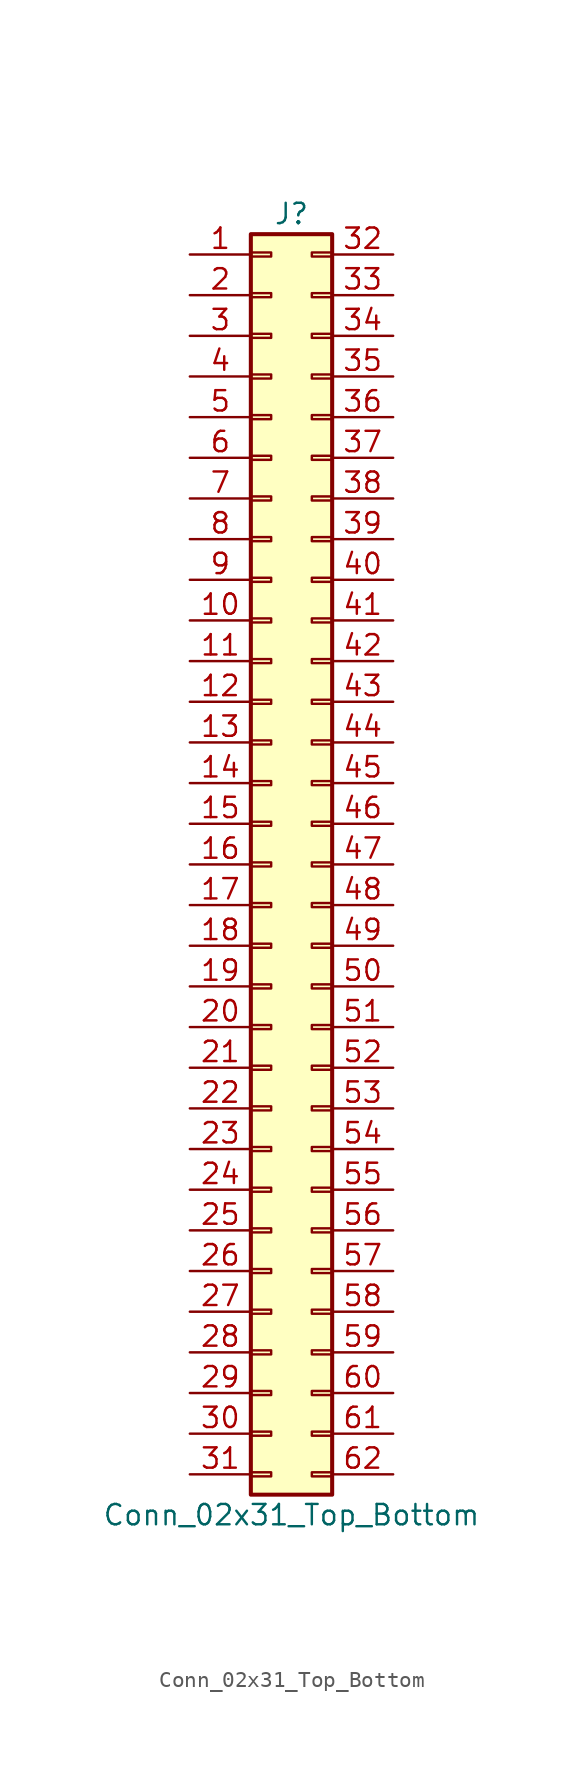
<source format=kicad_sym>
(kicad_symbol_lib
  (version 20220914)
  (generator kicad_symbol_editor)
  (symbol "Conn_02x31_Top_Bottom"
    (pin_names
      (offset 1.016) hide)
    (property "Reference" "J"
      (at 1.27 40.64 0)
      (effects (font (size 1.27 1.27))))
    (property "Value" "Conn_02x31_Top_Bottom"
      (at 1.27 -40.64 0)
      (effects (font (size 1.27 1.27))))
    (symbol "Conn_02x31_Top_Bottom_1_1"
      (rectangle (start -1.27 -37.973) (end 0 -38.227) (stroke (width 0.152) (type default)) (fill (type none)))
      (rectangle (start -1.27 -35.433) (end 0 -35.687) (stroke (width 0.152) (type default)) (fill (type none)))
      (rectangle (start -1.27 -32.893) (end 0 -33.147) (stroke (width 0.152) (type default)) (fill (type none)))
      (rectangle (start -1.27 -30.353) (end 0 -30.607) (stroke (width 0.152) (type default)) (fill (type none)))
      (rectangle (start -1.27 -27.813) (end 0 -28.067) (stroke (width 0.152) (type default)) (fill (type none)))
      (rectangle (start -1.27 -25.273) (end 0 -25.527) (stroke (width 0.152) (type default)) (fill (type none)))
      (rectangle (start -1.27 -22.733) (end 0 -22.987) (stroke (width 0.152) (type default)) (fill (type none)))
      (rectangle (start -1.27 -20.193) (end 0 -20.447) (stroke (width 0.152) (type default)) (fill (type none)))
      (rectangle (start -1.27 -17.653) (end 0 -17.907) (stroke (width 0.152) (type default)) (fill (type none)))
      (rectangle (start -1.27 -15.113) (end 0 -15.367) (stroke (width 0.152) (type default)) (fill (type none)))
      (rectangle (start -1.27 -12.573) (end 0 -12.827) (stroke (width 0.152) (type default)) (fill (type none)))
      (rectangle (start -1.27 -10.033) (end 0 -10.287) (stroke (width 0.152) (type default)) (fill (type none)))
      (rectangle (start -1.27 -7.493) (end 0 -7.747) (stroke (width 0.152) (type default)) (fill (type none)))
      (rectangle (start -1.27 -4.953) (end 0 -5.207) (stroke (width 0.152) (type default)) (fill (type none)))
      (rectangle (start -1.27 -2.413) (end 0 -2.667) (stroke (width 0.152) (type default)) (fill (type none)))
      (rectangle (start -1.27 0.127) (end 0 -0.127) (stroke (width 0.152) (type default)) (fill (type none)))
      (rectangle (start -1.27 2.667) (end 0 2.413) (stroke (width 0.152) (type default)) (fill (type none)))
      (rectangle (start -1.27 5.207) (end 0 4.953) (stroke (width 0.152) (type default)) (fill (type none)))
      (rectangle (start -1.27 7.747) (end 0 7.493) (stroke (width 0.152) (type default)) (fill (type none)))
      (rectangle (start -1.27 10.287) (end 0 10.033) (stroke (width 0.152) (type default)) (fill (type none)))
      (rectangle (start -1.27 12.827) (end 0 12.573) (stroke (width 0.152) (type default)) (fill (type none)))
      (rectangle (start -1.27 15.367) (end 0 15.113) (stroke (width 0.152) (type default)) (fill (type none)))
      (rectangle (start -1.27 17.907) (end 0 17.653) (stroke (width 0.152) (type default)) (fill (type none)))
      (rectangle (start -1.27 20.447) (end 0 20.193) (stroke (width 0.152) (type default)) (fill (type none)))
      (rectangle (start -1.27 22.987) (end 0 22.733) (stroke (width 0.152) (type default)) (fill (type none)))
      (rectangle (start -1.27 25.527) (end 0 25.273) (stroke (width 0.152) (type default)) (fill (type none)))
      (rectangle (start -1.27 28.067) (end 0 27.813) (stroke (width 0.152) (type default)) (fill (type none)))
      (rectangle (start -1.27 30.607) (end 0 30.353) (stroke (width 0.152) (type default)) (fill (type none)))
      (rectangle (start -1.27 33.147) (end 0 32.893) (stroke (width 0.152) (type default)) (fill (type none)))
      (rectangle (start -1.27 35.687) (end 0 35.433) (stroke (width 0.152) (type default)) (fill (type none)))
      (rectangle (start -1.27 38.227) (end 0 37.973) (stroke (width 0.152) (type default)) (fill (type none)))
      (rectangle (start -1.27 39.37) (end 3.81 -39.37) (stroke (width 0.254) (type default)) (fill (type background)))
      (rectangle (start 3.81 -37.973) (end 2.54 -38.227) (stroke (width 0.152) (type default)) (fill (type none)))
      (rectangle (start 3.81 -35.433) (end 2.54 -35.687) (stroke (width 0.152) (type default)) (fill (type none)))
      (rectangle (start 3.81 -32.893) (end 2.54 -33.147) (stroke (width 0.152) (type default)) (fill (type none)))
      (rectangle (start 3.81 -30.353) (end 2.54 -30.607) (stroke (width 0.152) (type default)) (fill (type none)))
      (rectangle (start 3.81 -27.813) (end 2.54 -28.067) (stroke (width 0.152) (type default)) (fill (type none)))
      (rectangle (start 3.81 -25.273) (end 2.54 -25.527) (stroke (width 0.152) (type default)) (fill (type none)))
      (rectangle (start 3.81 -22.733) (end 2.54 -22.987) (stroke (width 0.152) (type default)) (fill (type none)))
      (rectangle (start 3.81 -20.193) (end 2.54 -20.447) (stroke (width 0.152) (type default)) (fill (type none)))
      (rectangle (start 3.81 -17.653) (end 2.54 -17.907) (stroke (width 0.152) (type default)) (fill (type none)))
      (rectangle (start 3.81 -15.113) (end 2.54 -15.367) (stroke (width 0.152) (type default)) (fill (type none)))
      (rectangle (start 3.81 -12.573) (end 2.54 -12.827) (stroke (width 0.152) (type default)) (fill (type none)))
      (rectangle (start 3.81 -10.033) (end 2.54 -10.287) (stroke (width 0.152) (type default)) (fill (type none)))
      (rectangle (start 3.81 -7.493) (end 2.54 -7.747) (stroke (width 0.152) (type default)) (fill (type none)))
      (rectangle (start 3.81 -4.953) (end 2.54 -5.207) (stroke (width 0.152) (type default)) (fill (type none)))
      (rectangle (start 3.81 -2.413) (end 2.54 -2.667) (stroke (width 0.152) (type default)) (fill (type none)))
      (rectangle (start 3.81 0.127) (end 2.54 -0.127) (stroke (width 0.152) (type default)) (fill (type none)))
      (rectangle (start 3.81 2.667) (end 2.54 2.413) (stroke (width 0.152) (type default)) (fill (type none)))
      (rectangle (start 3.81 5.207) (end 2.54 4.953) (stroke (width 0.152) (type default)) (fill (type none)))
      (rectangle (start 3.81 7.747) (end 2.54 7.493) (stroke (width 0.152) (type default)) (fill (type none)))
      (rectangle (start 3.81 10.287) (end 2.54 10.033) (stroke (width 0.152) (type default)) (fill (type none)))
      (rectangle (start 3.81 12.827) (end 2.54 12.573) (stroke (width 0.152) (type default)) (fill (type none)))
      (rectangle (start 3.81 15.367) (end 2.54 15.113) (stroke (width 0.152) (type default)) (fill (type none)))
      (rectangle (start 3.81 17.907) (end 2.54 17.653) (stroke (width 0.152) (type default)) (fill (type none)))
      (rectangle (start 3.81 20.447) (end 2.54 20.193) (stroke (width 0.152) (type default)) (fill (type none)))
      (rectangle (start 3.81 22.987) (end 2.54 22.733) (stroke (width 0.152) (type default)) (fill (type none)))
      (rectangle (start 3.81 25.527) (end 2.54 25.273) (stroke (width 0.152) (type default)) (fill (type none)))
      (rectangle (start 3.81 28.067) (end 2.54 27.813) (stroke (width 0.152) (type default)) (fill (type none)))
      (rectangle (start 3.81 30.607) (end 2.54 30.353) (stroke (width 0.152) (type default)) (fill (type none)))
      (rectangle (start 3.81 33.147) (end 2.54 32.893) (stroke (width 0.152) (type default)) (fill (type none)))
      (rectangle (start 3.81 35.687) (end 2.54 35.433) (stroke (width 0.152) (type default)) (fill (type none)))
      (rectangle (start 3.81 38.227) (end 2.54 37.973) (stroke (width 0.152) (type default)) (fill (type none)))
      (pin passive line (at -5.08 38.1 0) (length 3.81) (name "Pin_1" (effects (font (size 1.27 1.27)))) (number "1" (effects (font (size 1.27 1.27)))))
      (pin passive line (at -5.08 15.24 0) (length 3.81) (name "Pin_10" (effects (font (size 1.27 1.27)))) (number "10" (effects (font (size 1.27 1.27)))))
      (pin passive line (at -5.08 12.7 0) (length 3.81) (name "Pin_11" (effects (font (size 1.27 1.27)))) (number "11" (effects (font (size 1.27 1.27)))))
      (pin passive line (at -5.08 10.16 0) (length 3.81) (name "Pin_12" (effects (font (size 1.27 1.27)))) (number "12" (effects (font (size 1.27 1.27)))))
      (pin passive line (at -5.08 7.62 0) (length 3.81) (name "Pin_13" (effects (font (size 1.27 1.27)))) (number "13" (effects (font (size 1.27 1.27)))))
      (pin passive line (at -5.08 5.08 0) (length 3.81) (name "Pin_14" (effects (font (size 1.27 1.27)))) (number "14" (effects (font (size 1.27 1.27)))))
      (pin passive line (at -5.08 2.54 0) (length 3.81) (name "Pin_15" (effects (font (size 1.27 1.27)))) (number "15" (effects (font (size 1.27 1.27)))))
      (pin passive line (at -5.08 0 0) (length 3.81) (name "Pin_16" (effects (font (size 1.27 1.27)))) (number "16" (effects (font (size 1.27 1.27)))))
      (pin passive line (at -5.08 -2.54 0) (length 3.81) (name "Pin_17" (effects (font (size 1.27 1.27)))) (number "17" (effects (font (size 1.27 1.27)))))
      (pin passive line (at -5.08 -5.08 0) (length 3.81) (name "Pin_18" (effects (font (size 1.27 1.27)))) (number "18" (effects (font (size 1.27 1.27)))))
      (pin passive line (at -5.08 -7.62 0) (length 3.81) (name "Pin_19" (effects (font (size 1.27 1.27)))) (number "19" (effects (font (size 1.27 1.27)))))
      (pin passive line (at -5.08 35.56 0) (length 3.81) (name "Pin_2" (effects (font (size 1.27 1.27)))) (number "2" (effects (font (size 1.27 1.27)))))
      (pin passive line (at -5.08 -10.16 0) (length 3.81) (name "Pin_20" (effects (font (size 1.27 1.27)))) (number "20" (effects (font (size 1.27 1.27)))))
      (pin passive line (at -5.08 -12.7 0) (length 3.81) (name "Pin_21" (effects (font (size 1.27 1.27)))) (number "21" (effects (font (size 1.27 1.27)))))
      (pin passive line (at -5.08 -15.24 0) (length 3.81) (name "Pin_22" (effects (font (size 1.27 1.27)))) (number "22" (effects (font (size 1.27 1.27)))))
      (pin passive line (at -5.08 -17.78 0) (length 3.81) (name "Pin_23" (effects (font (size 1.27 1.27)))) (number "23" (effects (font (size 1.27 1.27)))))
      (pin passive line (at -5.08 -20.32 0) (length 3.81) (name "Pin_24" (effects (font (size 1.27 1.27)))) (number "24" (effects (font (size 1.27 1.27)))))
      (pin passive line (at -5.08 -22.86 0) (length 3.81) (name "Pin_25" (effects (font (size 1.27 1.27)))) (number "25" (effects (font (size 1.27 1.27)))))
      (pin passive line (at -5.08 -25.4 0) (length 3.81) (name "Pin_26" (effects (font (size 1.27 1.27)))) (number "26" (effects (font (size 1.27 1.27)))))
      (pin passive line (at -5.08 -27.94 0) (length 3.81) (name "Pin_27" (effects (font (size 1.27 1.27)))) (number "27" (effects (font (size 1.27 1.27)))))
      (pin passive line (at -5.08 -30.48 0) (length 3.81) (name "Pin_28" (effects (font (size 1.27 1.27)))) (number "28" (effects (font (size 1.27 1.27)))))
      (pin passive line (at -5.08 -33.02 0) (length 3.81) (name "Pin_29" (effects (font (size 1.27 1.27)))) (number "29" (effects (font (size 1.27 1.27)))))
      (pin passive line (at -5.08 33.02 0) (length 3.81) (name "Pin_3" (effects (font (size 1.27 1.27)))) (number "3" (effects (font (size 1.27 1.27)))))
      (pin passive line (at -5.08 -35.56 0) (length 3.81) (name "Pin_30" (effects (font (size 1.27 1.27)))) (number "30" (effects (font (size 1.27 1.27)))))
      (pin passive line (at -5.08 -38.1 0) (length 3.81) (name "Pin_31" (effects (font (size 1.27 1.27)))) (number "31" (effects (font (size 1.27 1.27)))))
      (pin passive line (at 7.62 38.1 180) (length 3.81) (name "Pin_32" (effects (font (size 1.27 1.27)))) (number "32" (effects (font (size 1.27 1.27)))))
      (pin passive line (at 7.62 35.56 180) (length 3.81) (name "Pin_33" (effects (font (size 1.27 1.27)))) (number "33" (effects (font (size 1.27 1.27)))))
      (pin passive line (at 7.62 33.02 180) (length 3.81) (name "Pin_34" (effects (font (size 1.27 1.27)))) (number "34" (effects (font (size 1.27 1.27)))))
      (pin passive line (at 7.62 30.48 180) (length 3.81) (name "Pin_35" (effects (font (size 1.27 1.27)))) (number "35" (effects (font (size 1.27 1.27)))))
      (pin passive line (at 7.62 27.94 180) (length 3.81) (name "Pin_36" (effects (font (size 1.27 1.27)))) (number "36" (effects (font (size 1.27 1.27)))))
      (pin passive line (at 7.62 25.4 180) (length 3.81) (name "Pin_37" (effects (font (size 1.27 1.27)))) (number "37" (effects (font (size 1.27 1.27)))))
      (pin passive line (at 7.62 22.86 180) (length 3.81) (name "Pin_38" (effects (font (size 1.27 1.27)))) (number "38" (effects (font (size 1.27 1.27)))))
      (pin passive line (at 7.62 20.32 180) (length 3.81) (name "Pin_39" (effects (font (size 1.27 1.27)))) (number "39" (effects (font (size 1.27 1.27)))))
      (pin passive line (at -5.08 30.48 0) (length 3.81) (name "Pin_4" (effects (font (size 1.27 1.27)))) (number "4" (effects (font (size 1.27 1.27)))))
      (pin passive line (at 7.62 17.78 180) (length 3.81) (name "Pin_40" (effects (font (size 1.27 1.27)))) (number "40" (effects (font (size 1.27 1.27)))))
      (pin passive line (at 7.62 15.24 180) (length 3.81) (name "Pin_41" (effects (font (size 1.27 1.27)))) (number "41" (effects (font (size 1.27 1.27)))))
      (pin passive line (at 7.62 12.7 180) (length 3.81) (name "Pin_42" (effects (font (size 1.27 1.27)))) (number "42" (effects (font (size 1.27 1.27)))))
      (pin passive line (at 7.62 10.16 180) (length 3.81) (name "Pin_43" (effects (font (size 1.27 1.27)))) (number "43" (effects (font (size 1.27 1.27)))))
      (pin passive line (at 7.62 7.62 180) (length 3.81) (name "Pin_44" (effects (font (size 1.27 1.27)))) (number "44" (effects (font (size 1.27 1.27)))))
      (pin passive line (at 7.62 5.08 180) (length 3.81) (name "Pin_45" (effects (font (size 1.27 1.27)))) (number "45" (effects (font (size 1.27 1.27)))))
      (pin passive line (at 7.62 2.54 180) (length 3.81) (name "Pin_46" (effects (font (size 1.27 1.27)))) (number "46" (effects (font (size 1.27 1.27)))))
      (pin passive line (at 7.62 0 180) (length 3.81) (name "Pin_47" (effects (font (size 1.27 1.27)))) (number "47" (effects (font (size 1.27 1.27)))))
      (pin passive line (at 7.62 -2.54 180) (length 3.81) (name "Pin_48" (effects (font (size 1.27 1.27)))) (number "48" (effects (font (size 1.27 1.27)))))
      (pin passive line (at 7.62 -5.08 180) (length 3.81) (name "Pin_49" (effects (font (size 1.27 1.27)))) (number "49" (effects (font (size 1.27 1.27)))))
      (pin passive line (at -5.08 27.94 0) (length 3.81) (name "Pin_5" (effects (font (size 1.27 1.27)))) (number "5" (effects (font (size 1.27 1.27)))))
      (pin passive line (at 7.62 -7.62 180) (length 3.81) (name "Pin_50" (effects (font (size 1.27 1.27)))) (number "50" (effects (font (size 1.27 1.27)))))
      (pin passive line (at 7.62 -10.16 180) (length 3.81) (name "Pin_51" (effects (font (size 1.27 1.27)))) (number "51" (effects (font (size 1.27 1.27)))))
      (pin passive line (at 7.62 -12.7 180) (length 3.81) (name "Pin_52" (effects (font (size 1.27 1.27)))) (number "52" (effects (font (size 1.27 1.27)))))
      (pin passive line (at 7.62 -15.24 180) (length 3.81) (name "Pin_53" (effects (font (size 1.27 1.27)))) (number "53" (effects (font (size 1.27 1.27)))))
      (pin passive line (at 7.62 -17.78 180) (length 3.81) (name "Pin_54" (effects (font (size 1.27 1.27)))) (number "54" (effects (font (size 1.27 1.27)))))
      (pin passive line (at 7.62 -20.32 180) (length 3.81) (name "Pin_55" (effects (font (size 1.27 1.27)))) (number "55" (effects (font (size 1.27 1.27)))))
      (pin passive line (at 7.62 -22.86 180) (length 3.81) (name "Pin_56" (effects (font (size 1.27 1.27)))) (number "56" (effects (font (size 1.27 1.27)))))
      (pin passive line (at 7.62 -25.4 180) (length 3.81) (name "Pin_57" (effects (font (size 1.27 1.27)))) (number "57" (effects (font (size 1.27 1.27)))))
      (pin passive line (at 7.62 -27.94 180) (length 3.81) (name "Pin_58" (effects (font (size 1.27 1.27)))) (number "58" (effects (font (size 1.27 1.27)))))
      (pin passive line (at 7.62 -30.48 180) (length 3.81) (name "Pin_59" (effects (font (size 1.27 1.27)))) (number "59" (effects (font (size 1.27 1.27)))))
      (pin passive line (at -5.08 25.4 0) (length 3.81) (name "Pin_6" (effects (font (size 1.27 1.27)))) (number "6" (effects (font (size 1.27 1.27)))))
      (pin passive line (at 7.62 -33.02 180) (length 3.81) (name "Pin_60" (effects (font (size 1.27 1.27)))) (number "60" (effects (font (size 1.27 1.27)))))
      (pin passive line (at 7.62 -35.56 180) (length 3.81) (name "Pin_61" (effects (font (size 1.27 1.27)))) (number "61" (effects (font (size 1.27 1.27)))))
      (pin passive line (at 7.62 -38.1 180) (length 3.81) (name "Pin_62" (effects (font (size 1.27 1.27)))) (number "62" (effects (font (size 1.27 1.27)))))
      (pin passive line (at -5.08 22.86 0) (length 3.81) (name "Pin_7" (effects (font (size 1.27 1.27)))) (number "7" (effects (font (size 1.27 1.27)))))
      (pin passive line (at -5.08 20.32 0) (length 3.81) (name "Pin_8" (effects (font (size 1.27 1.27)))) (number "8" (effects (font (size 1.27 1.27)))))
      (pin passive line (at -5.08 17.78 0) (length 3.81) (name "Pin_9" (effects (font (size 1.27 1.27)))) (number "9" (effects (font (size 1.27 1.27))))))))
</source>
